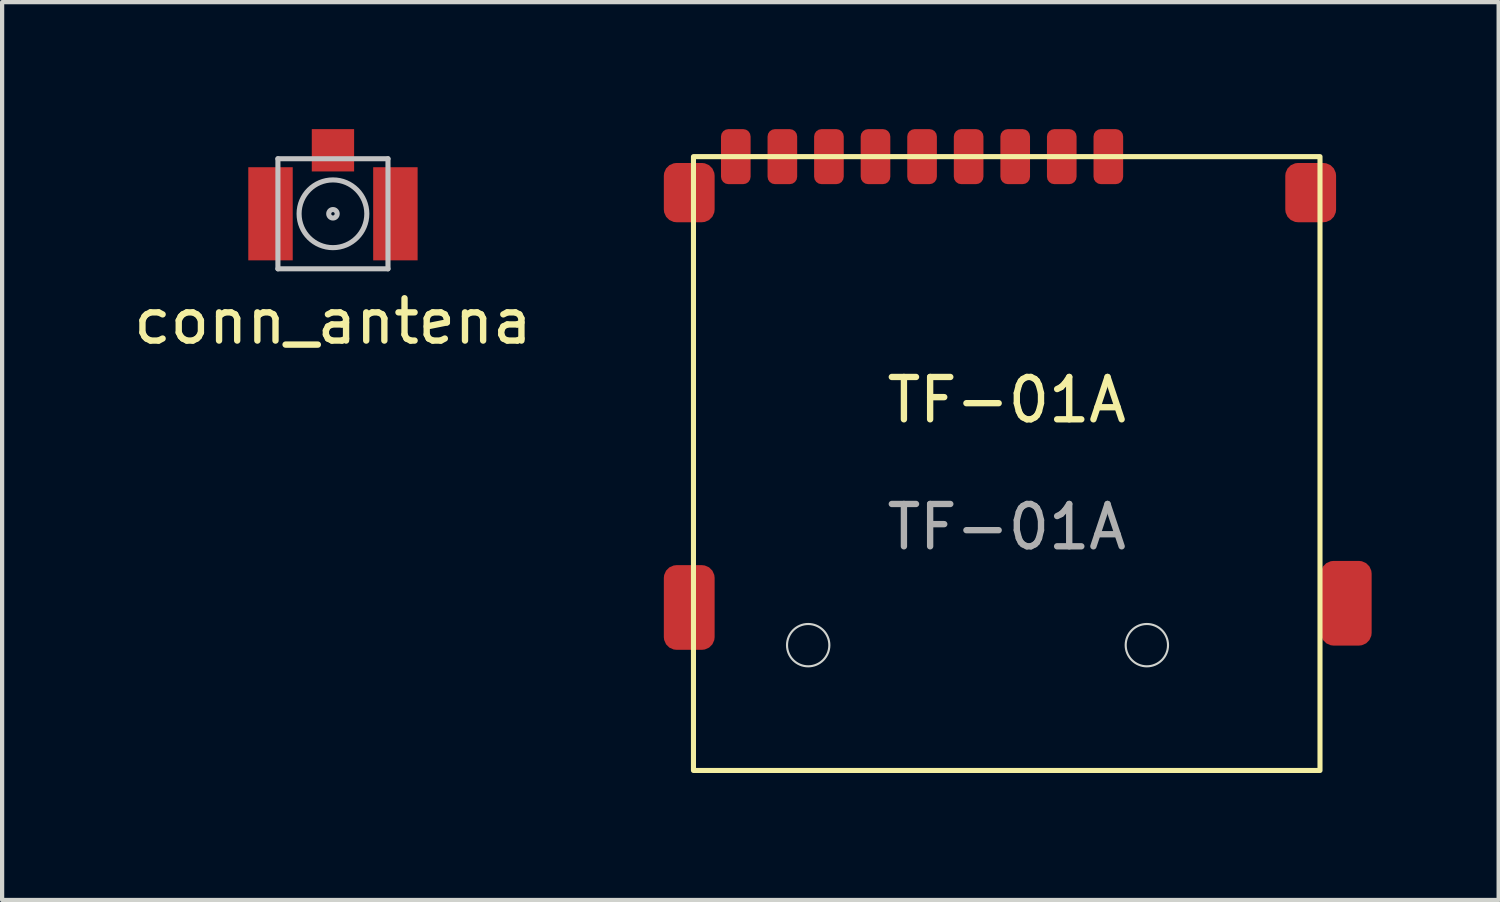
<source format=kicad_pcb>
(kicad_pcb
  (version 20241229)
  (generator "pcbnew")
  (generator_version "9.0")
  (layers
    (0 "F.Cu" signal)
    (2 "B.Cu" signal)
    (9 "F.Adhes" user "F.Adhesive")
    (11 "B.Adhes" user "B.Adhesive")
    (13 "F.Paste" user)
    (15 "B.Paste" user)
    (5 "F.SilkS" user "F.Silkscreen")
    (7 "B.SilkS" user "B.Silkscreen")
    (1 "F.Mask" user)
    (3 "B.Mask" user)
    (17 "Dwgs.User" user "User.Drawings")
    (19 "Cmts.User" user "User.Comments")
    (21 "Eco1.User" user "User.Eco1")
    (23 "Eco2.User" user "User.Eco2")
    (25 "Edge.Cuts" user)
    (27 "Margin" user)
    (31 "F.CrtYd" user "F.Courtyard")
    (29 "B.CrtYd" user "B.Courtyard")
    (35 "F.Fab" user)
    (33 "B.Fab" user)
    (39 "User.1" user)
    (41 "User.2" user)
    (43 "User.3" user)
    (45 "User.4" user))
  (footprint "conn_antena"
    (layer "F.Cu")
    (at 4.815 2)
    (property "Reference" "conn_antena" (at 0 2.54 0) (layer "F.SilkS") (effects (font (size 1 1) (thickness 0.15))))
    (attr smd)
    (fp_line (start -1.3 -1.3) (end -1.3 1.3) (stroke (width 0.12) (type solid)) (layer "Dwgs.User"))
    (fp_line (start -1.3 1.3) (end 1.3 1.3) (stroke (width 0.12) (type solid)) (layer "Dwgs.User"))
    (fp_line (start 1.3 -1.3) (end -1.3 -1.3) (stroke (width 0.12) (type solid)) (layer "Dwgs.User"))
    (fp_line (start 1.3 1.3) (end 1.3 -1.3) (stroke (width 0.12) (type solid)) (layer "Dwgs.User"))
    (fp_circle (center 0 0) (end 0.1 0) (stroke (width 0.12) (type solid)) (fill no) (layer "Dwgs.User"))
    (fp_circle (center 0 0) (end 0.8 0) (stroke (width 0.12) (type solid)) (fill no) (layer "Dwgs.User"))
    (pad "1" smd rect (at 0 -1.5) (size 1 1) (layers "F.Cu" "F.Mask" "F.Paste"))
    (pad "2" smd rect (at -1.475 0) (size 1.05 2.2) (layers "F.Cu" "F.Mask" "F.Paste"))
    (pad "2" smd rect (at 1.475 0) (size 1.05 2.2) (layers "F.Cu" "F.Mask" "F.Paste")))
  (footprint "TF-01A"
    (layer "F.Cu")
    (at 20.731 7.9)
    (property "Reference" "TF-01A" (at 0 -1.5 0) (unlocked yes) (layer "F.SilkS") (effects (font (size 1 1) (thickness 0.15))))
    (attr smd)
    (fp_rect (start -7.4 -7.25) (end 7.4 7.25) (stroke (width 0.12) (type solid)) (fill no) (layer "F.SilkS"))
    (fp_circle (center -4.69 4.29) (end -4.19 4.29) (stroke (width 0.05) (type default)) (fill no) (layer "Edge.Cuts"))
    (fp_circle (center 3.31 4.29) (end 3.81 4.29) (stroke (width 0.05) (type default)) (fill no) (layer "Edge.Cuts"))
    (fp_text user "${REFERENCE}" (at 0 1.5 0) (unlocked yes) (layer "F.Fab") (effects (font (size 1 1) (thickness 0.15))))
    (pad "1" smd roundrect (at -6.4 -7.25) (size 0.7 1.3) (layers "F.Cu" "F.Mask" "F.Paste") (roundrect_rratio 0.25))
    (pad "2" smd roundrect (at -5.3 -7.25) (size 0.7 1.3) (layers "F.Cu" "F.Mask" "F.Paste") (roundrect_rratio 0.25))
    (pad "3" smd roundrect (at -4.2 -7.25) (size 0.7 1.3) (layers "F.Cu" "F.Mask" "F.Paste") (roundrect_rratio 0.25))
    (pad "4" smd roundrect (at -3.1 -7.25) (size 0.7 1.3) (layers "F.Cu" "F.Mask" "F.Paste") (roundrect_rratio 0.25))
    (pad "5" smd roundrect (at -2 -7.25) (size 0.7 1.3) (layers "F.Cu" "F.Mask" "F.Paste") (roundrect_rratio 0.25))
    (pad "6" smd roundrect (at -0.9 -7.25) (size 0.7 1.3) (layers "F.Cu" "F.Mask" "F.Paste") (roundrect_rratio 0.25))
    (pad "7" smd roundrect (at 0.2 -7.25) (size 0.7 1.3) (layers "F.Cu" "F.Mask" "F.Paste") (roundrect_rratio 0.25))
    (pad "8" smd roundrect (at 1.3 -7.25) (size 0.7 1.3) (layers "F.Cu" "F.Mask" "F.Paste") (roundrect_rratio 0.25))
    (pad "9" smd roundrect (at 2.4 -7.25) (size 0.7 1.3) (layers "F.Cu" "F.Mask" "F.Paste") (roundrect_rratio 0.25))
    (pad "10" smd roundrect (at -7.5 -6.4) (size 1.2 1.4) (layers "F.Cu" "F.Mask" "F.Paste") (roundrect_rratio 0.25))
    (pad "10" smd roundrect (at -7.5 3.4) (size 1.2 2) (layers "F.Cu" "F.Mask" "F.Paste") (roundrect_rratio 0.25))
    (pad "10" smd roundrect (at 7.18 -6.4) (size 1.2 1.4) (layers "F.Cu" "F.Mask" "F.Paste") (roundrect_rratio 0.25))
    (pad "10" smd roundrect (at 8.02 3.3) (size 1.2 2) (layers "F.Cu" "F.Mask" "F.Paste") (roundrect_rratio 0.25)))
  (gr_rect
    (start -3 -3)
    (end 32.351 18.21)
    (stroke (width 0.1) (type default))
    (fill no)
    (layer "Edge.Cuts")))
</source>
